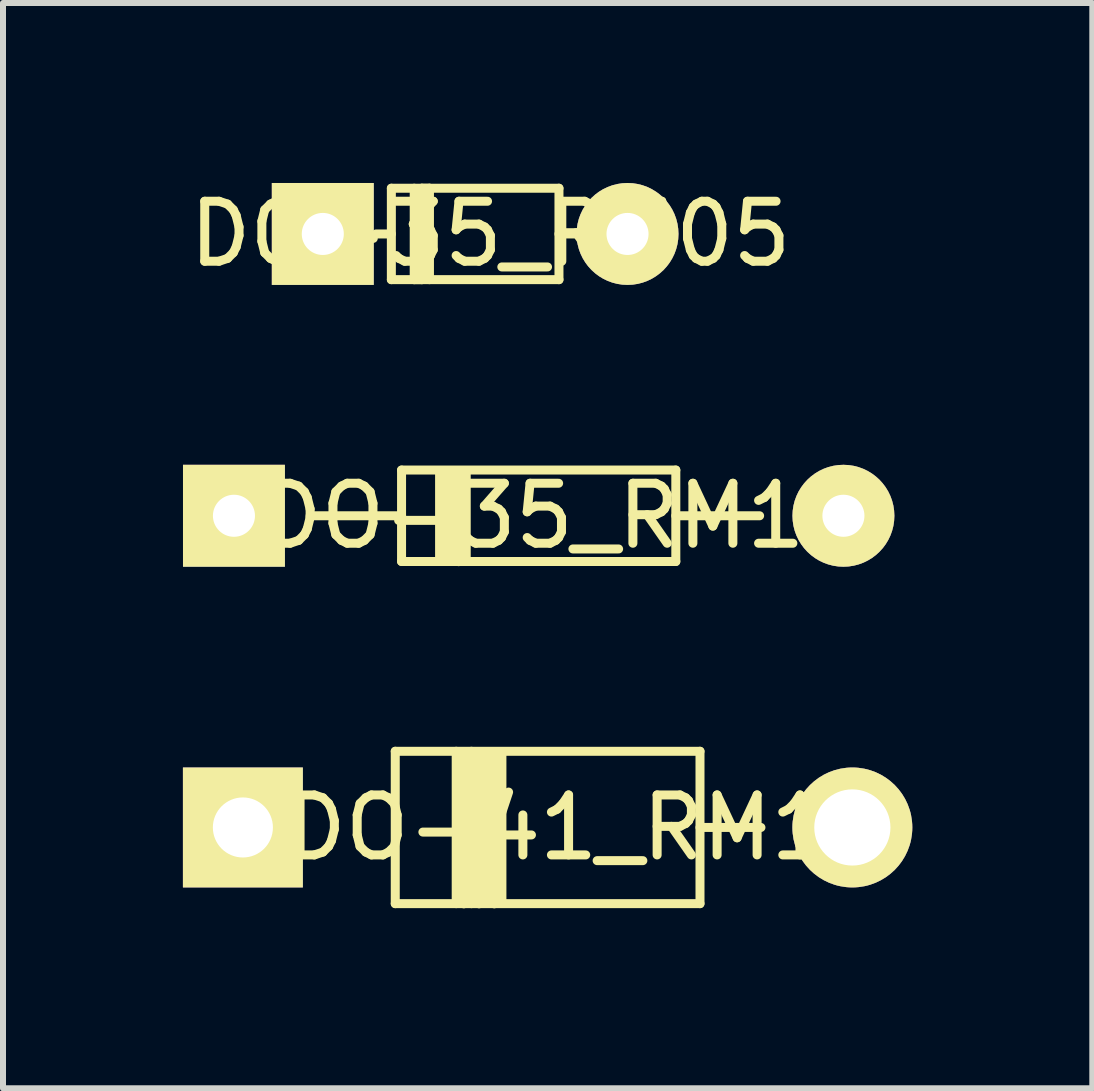
<source format=kicad_pcb>
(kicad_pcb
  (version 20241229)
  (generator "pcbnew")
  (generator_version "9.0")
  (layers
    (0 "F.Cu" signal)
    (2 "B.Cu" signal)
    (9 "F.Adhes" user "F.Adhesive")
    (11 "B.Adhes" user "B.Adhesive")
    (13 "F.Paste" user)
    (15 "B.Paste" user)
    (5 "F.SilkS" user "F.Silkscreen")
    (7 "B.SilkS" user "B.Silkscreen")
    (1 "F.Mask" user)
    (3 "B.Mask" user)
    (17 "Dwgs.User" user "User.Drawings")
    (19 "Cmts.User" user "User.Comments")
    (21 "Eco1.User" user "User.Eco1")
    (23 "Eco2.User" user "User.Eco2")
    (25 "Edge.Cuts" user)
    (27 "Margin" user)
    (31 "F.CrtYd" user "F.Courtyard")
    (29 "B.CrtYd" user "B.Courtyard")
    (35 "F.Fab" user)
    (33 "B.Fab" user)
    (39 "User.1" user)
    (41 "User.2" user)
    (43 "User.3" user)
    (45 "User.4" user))
  (footprint "DO-35_RM10"
    (layer "F.Cu")
    (at 0.849 5.551)
    (property "Reference" "DO-35_RM10" (at 5.461 0 0) (layer "F.SilkS") (effects (font (size 1 1) (thickness 0.15))))
    (attr through_hole)
    (fp_line (start 2.795 -0.765) (end 2.795 -0.003) (stroke (width 0.15) (type solid)) (layer "F.SilkS"))
    (fp_line (start 2.795 -0.003) (end 1.271 -0.003) (stroke (width 0.15) (type solid)) (layer "F.SilkS"))
    (fp_line (start 2.795 -0.003) (end 2.795 0.759) (stroke (width 0.15) (type solid)) (layer "F.SilkS"))
    (fp_line (start 2.795 0.759) (end 7.367 0.759) (stroke (width 0.15) (type solid)) (layer "F.SilkS"))
    (fp_line (start 3.429 -0.699) (end 3.429 0.699) (stroke (width 0.15) (type solid)) (layer "F.SilkS"))
    (fp_line (start 3.556 -0.699) (end 3.556 0.699) (stroke (width 0.15) (type solid)) (layer "F.SilkS"))
    (fp_line (start 3.619 -0.699) (end 3.619 0.699) (stroke (width 0.15) (type solid)) (layer "F.SilkS"))
    (fp_line (start 3.747 0.762) (end 3.747 -0.699) (stroke (width 0.15) (type solid)) (layer "F.SilkS"))
    (fp_line (start 3.873 -0.699) (end 3.873 0.699) (stroke (width 0.15) (type solid)) (layer "F.SilkS"))
    (fp_line (start 7.367 -0.765) (end 2.795 -0.765) (stroke (width 0.15) (type solid)) (layer "F.SilkS"))
    (fp_line (start 7.367 -0.003) (end 8.764 -0.003) (stroke (width 0.15) (type solid)) (layer "F.SilkS"))
    (fp_line (start 7.367 0.759) (end 7.367 -0.765) (stroke (width 0.15) (type solid)) (layer "F.SilkS"))
    (pad "1" thru_hole rect (at 0.001 -0.003 180) (size 1.699 1.699) (drill 0.701) (layers "*.Cu" "*.Mask" "F.SilkS"))
    (pad "2" thru_hole circle (at 10.161 -0.003 180) (size 1.699 1.699) (drill 0.701) (layers "*.Cu" "*.Mask" "F.SilkS")))
  (footprint "DO-35_RM05"
    (layer "F.Cu")
    (at 2.331 0.85)
    (property "Reference" "DO-35_RM05" (at 2.794 0 0) (layer "F.SilkS") (effects (font (size 1 1) (thickness 0.15))))
    (attr through_hole)
    (fp_line (start 0.889 0) (end 1.143 0) (stroke (width 0.15) (type solid)) (layer "F.SilkS"))
    (fp_line (start 1.143 -0.762) (end 3.937 -0.762) (stroke (width 0.15) (type solid)) (layer "F.SilkS"))
    (fp_line (start 1.143 0.762) (end 1.143 -0.762) (stroke (width 0.15) (type solid)) (layer "F.SilkS"))
    (fp_line (start 1.524 -0.762) (end 1.524 0.762) (stroke (width 0.15) (type solid)) (layer "F.SilkS"))
    (fp_line (start 1.524 0.762) (end 1.651 0.762) (stroke (width 0.15) (type solid)) (layer "F.SilkS"))
    (fp_line (start 1.651 -0.762) (end 1.778 -0.762) (stroke (width 0.15) (type solid)) (layer "F.SilkS"))
    (fp_line (start 1.651 0.762) (end 1.651 -0.762) (stroke (width 0.15) (type solid)) (layer "F.SilkS"))
    (fp_line (start 1.778 -0.762) (end 1.778 0.762) (stroke (width 0.15) (type solid)) (layer "F.SilkS"))
    (fp_line (start 3.937 -0.762) (end 3.937 0.762) (stroke (width 0.15) (type solid)) (layer "F.SilkS"))
    (fp_line (start 3.937 0.762) (end 1.143 0.762) (stroke (width 0.15) (type solid)) (layer "F.SilkS"))
    (fp_line (start 4.191 0) (end 3.937 0) (stroke (width 0.15) (type solid)) (layer "F.SilkS"))
    (pad "1" thru_hole rect (at 0 0 180) (size 1.699 1.699) (drill 0.701) (layers "*.Cu" "*.Mask" "F.SilkS"))
    (pad "2" thru_hole circle (at 5.08 0 180) (size 1.699 1.699) (drill 0.701) (layers "*.Cu" "*.Mask" "F.SilkS")))
  (footprint "DO-41_RM10"
    (layer "F.Cu")
    (at 6.079 10.747)
    (property "Reference" "DO-41_RM10" (at 0.635 0 0) (layer "F.SilkS") (effects (font (size 1 1) (thickness 0.15))))
    (attr through_hole)
    (fp_line (start -2.54 -1.273) (end 2.54 -1.273) (stroke (width 0.15) (type solid)) (layer "F.SilkS"))
    (fp_line (start -2.54 1.267) (end -2.54 -1.273) (stroke (width 0.15) (type solid)) (layer "F.SilkS"))
    (fp_line (start -1.524 -1.273) (end -1.524 1.267) (stroke (width 0.15) (type solid)) (layer "F.SilkS"))
    (fp_line (start -1.397 -1.206) (end -1.397 1.206) (stroke (width 0.15) (type solid)) (layer "F.SilkS"))
    (fp_line (start -1.397 1.206) (end -1.397 1.27) (stroke (width 0.15) (type solid)) (layer "F.SilkS"))
    (fp_line (start -1.27 -1.273) (end -1.27 1.267) (stroke (width 0.15) (type solid)) (layer "F.SilkS"))
    (fp_line (start -1.143 1.27) (end -1.143 -1.206) (stroke (width 0.15) (type solid)) (layer "F.SilkS"))
    (fp_line (start -1.016 -1.206) (end -1.016 1.206) (stroke (width 0.15) (type solid)) (layer "F.SilkS"))
    (fp_line (start -0.889 1.27) (end -0.889 -1.27) (stroke (width 0.15) (type solid)) (layer "F.SilkS"))
    (fp_line (start -0.762 -1.27) (end -0.762 1.206) (stroke (width 0.15) (type solid)) (layer "F.SilkS"))
    (fp_line (start 2.54 -1.273) (end 2.54 1.267) (stroke (width 0.15) (type solid)) (layer "F.SilkS"))
    (fp_line (start 2.54 -0.003) (end 3.556 -0.003) (stroke (width 0.15) (type solid)) (layer "F.SilkS"))
    (fp_line (start 2.54 1.267) (end -2.54 1.267) (stroke (width 0.15) (type solid)) (layer "F.SilkS"))
    (pad "1" thru_hole rect (at -5.08 -0.003 180) (size 1.999 1.999) (drill 1.001) (layers "*.Cu" "*.Mask" "F.SilkS"))
    (pad "2" thru_hole circle (at 5.08 -0.003 180) (size 1.999 1.999) (drill 1.27) (layers "*.Cu" "*.Mask" "F.SilkS")))
  (gr_rect
    (start -3 -3)
    (end 15.159 15.092)
    (stroke (width 0.1) (type default))
    (fill no)
    (layer "Edge.Cuts")))
</source>
